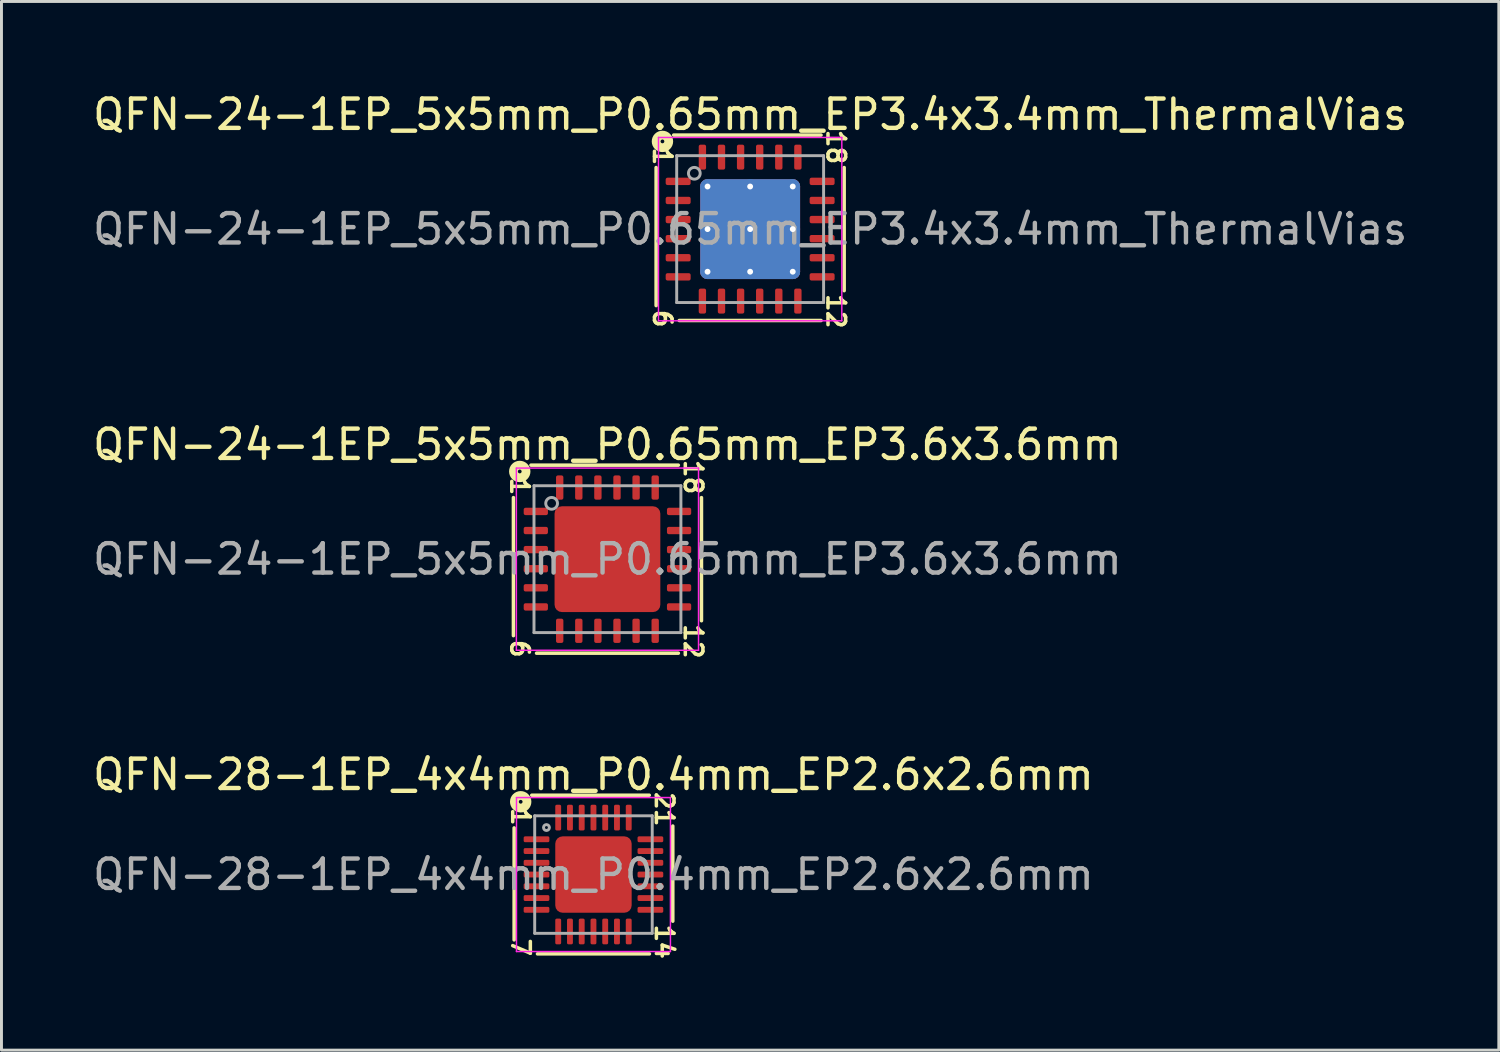
<source format=kicad_pcb>
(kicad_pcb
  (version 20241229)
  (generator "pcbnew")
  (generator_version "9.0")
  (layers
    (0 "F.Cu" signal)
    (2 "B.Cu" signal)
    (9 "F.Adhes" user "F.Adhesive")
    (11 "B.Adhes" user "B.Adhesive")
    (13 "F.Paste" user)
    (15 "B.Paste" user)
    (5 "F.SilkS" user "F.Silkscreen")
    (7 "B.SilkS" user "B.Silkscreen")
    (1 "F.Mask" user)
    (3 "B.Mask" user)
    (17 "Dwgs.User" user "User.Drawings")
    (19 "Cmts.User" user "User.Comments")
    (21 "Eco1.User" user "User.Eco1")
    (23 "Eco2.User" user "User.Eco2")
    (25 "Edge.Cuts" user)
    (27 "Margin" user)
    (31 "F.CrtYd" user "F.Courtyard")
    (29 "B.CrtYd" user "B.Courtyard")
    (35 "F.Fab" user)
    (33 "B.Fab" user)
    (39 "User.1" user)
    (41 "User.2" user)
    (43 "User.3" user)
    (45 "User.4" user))
  (footprint "QFN-24-1EP_5x5mm_P0.65mm_EP3.4x3.4mm_ThermalVias"
    (layer "F.Cu")
    (at 22.482 4.748)
    (property "Reference" "QFN-24-1EP_5x5mm_P0.65mm_EP3.4x3.4mm_ThermalVias" (at 0 -3.9 0) (layer "F.SilkS") (effects (font (size 1 1) (thickness 0.15))))
    (attr smd)
    (fp_line (start -3.2 -2.095) (end -3.2 2.603) (stroke (width 0.12) (type solid)) (layer "F.SilkS"))
    (fp_line (start -2.413 3.111) (end 2.413 3.111) (stroke (width 0.12) (type solid)) (layer "F.SilkS"))
    (fp_line (start 2.413 -3.2) (end -2.603 -3.2) (stroke (width 0.12) (type solid)) (layer "F.SilkS"))
    (fp_line (start 3.2 2.095) (end 3.2 -2.095) (stroke (width 0.12) (type solid)) (layer "F.SilkS"))
    (fp_circle (center -2.985 -2.985) (end -2.921 -2.985) (stroke (width 0.3) (type solid)) (fill no) (layer "F.SilkS"))
    (fp_line (start -3.12 -3.12) (end -3.12 3.12) (stroke (width 0.05) (type solid)) (layer "F.CrtYd"))
    (fp_line (start -3.12 3.12) (end 3.12 3.12) (stroke (width 0.05) (type solid)) (layer "F.CrtYd"))
    (fp_line (start 3.12 -3.12) (end -3.12 -3.12) (stroke (width 0.05) (type solid)) (layer "F.CrtYd"))
    (fp_line (start 3.12 3.12) (end 3.12 -3.12) (stroke (width 0.05) (type solid)) (layer "F.CrtYd"))
    (fp_line (start -2.5 -2.5) (end 2.5 -2.5) (stroke (width 0.1) (type solid)) (layer "F.Fab"))
    (fp_line (start -2.5 2.5) (end -2.5 -2.5) (stroke (width 0.1) (type solid)) (layer "F.Fab"))
    (fp_line (start 2.5 -2.5) (end 2.5 2.5) (stroke (width 0.1) (type solid)) (layer "F.Fab"))
    (fp_line (start 2.5 2.5) (end -2.5 2.5) (stroke (width 0.1) (type solid)) (layer "F.Fab"))
    (fp_circle (center -1.9 -1.9) (end -1.7 -1.9) (stroke (width 0.1) (type solid)) (fill no) (layer "F.Fab"))
    (fp_text user "6" (at -2.985 3.048 270) (unlocked yes) (layer "F.SilkS") (effects (font (size 0.6 0.6) (thickness 0.12))))
    (fp_text user "12" (at 2.921 2.794 270) (unlocked yes) (layer "F.SilkS") (effects (font (size 0.6 0.6) (thickness 0.12))))
    (fp_text user "1" (at -2.985 -2.477 270) (unlocked yes) (layer "F.SilkS") (effects (font (size 0.6 0.6) (thickness 0.12))))
    (fp_text user "18" (at 2.921 -2.794 270) (unlocked yes) (layer "F.SilkS") (effects (font (size 0.6 0.6) (thickness 0.12))))
    (fp_text user "${REFERENCE}" (at 0 0 0) (layer "F.Fab") (effects (font (size 1 1) (thickness 0.15))))
    (pad "" smd roundrect (at -0.85 -0.85) (size 1.47 1.47) (layers "F.Paste") (roundrect_rratio 0.17))
    (pad "" smd roundrect (at -0.85 0.85) (size 1.47 1.47) (layers "F.Paste") (roundrect_rratio 0.17))
    (pad "" smd roundrect (at 0.85 -0.85) (size 1.47 1.47) (layers "F.Paste") (roundrect_rratio 0.17))
    (pad "" smd roundrect (at 0.85 0.85) (size 1.47 1.47) (layers "F.Paste") (roundrect_rratio 0.17))
    (pad "1" smd roundrect (at -2.45 -1.625) (size 0.85 0.25) (layers "F.Cu" "F.Mask" "F.Paste") (roundrect_rratio 0.25))
    (pad "2" smd roundrect (at -2.45 -0.975) (size 0.85 0.25) (layers "F.Cu" "F.Mask" "F.Paste") (roundrect_rratio 0.25))
    (pad "3" smd roundrect (at -2.45 -0.325) (size 0.85 0.25) (layers "F.Cu" "F.Mask" "F.Paste") (roundrect_rratio 0.25))
    (pad "4" smd roundrect (at -2.45 0.325) (size 0.85 0.25) (layers "F.Cu" "F.Mask" "F.Paste") (roundrect_rratio 0.25))
    (pad "5" smd roundrect (at -2.45 0.975) (size 0.85 0.25) (layers "F.Cu" "F.Mask" "F.Paste") (roundrect_rratio 0.25))
    (pad "6" smd roundrect (at -2.45 1.625) (size 0.85 0.25) (layers "F.Cu" "F.Mask" "F.Paste") (roundrect_rratio 0.25))
    (pad "7" smd roundrect (at -1.625 2.45) (size 0.25 0.85) (layers "F.Cu" "F.Mask" "F.Paste") (roundrect_rratio 0.25))
    (pad "8" smd roundrect (at -0.975 2.45) (size 0.25 0.85) (layers "F.Cu" "F.Mask" "F.Paste") (roundrect_rratio 0.25))
    (pad "9" smd roundrect (at -0.325 2.45) (size 0.25 0.85) (layers "F.Cu" "F.Mask" "F.Paste") (roundrect_rratio 0.25))
    (pad "10" smd roundrect (at 0.325 2.45) (size 0.25 0.85) (layers "F.Cu" "F.Mask" "F.Paste") (roundrect_rratio 0.25))
    (pad "11" smd roundrect (at 0.975 2.45) (size 0.25 0.85) (layers "F.Cu" "F.Mask" "F.Paste") (roundrect_rratio 0.25))
    (pad "12" smd roundrect (at 1.625 2.45) (size 0.25 0.85) (layers "F.Cu" "F.Mask" "F.Paste") (roundrect_rratio 0.25))
    (pad "13" smd roundrect (at 2.45 1.625) (size 0.85 0.25) (layers "F.Cu" "F.Mask" "F.Paste") (roundrect_rratio 0.25))
    (pad "14" smd roundrect (at 2.45 0.975) (size 0.85 0.25) (layers "F.Cu" "F.Mask" "F.Paste") (roundrect_rratio 0.25))
    (pad "15" smd roundrect (at 2.45 0.325) (size 0.85 0.25) (layers "F.Cu" "F.Mask" "F.Paste") (roundrect_rratio 0.25))
    (pad "16" smd roundrect (at 2.45 -0.325) (size 0.85 0.25) (layers "F.Cu" "F.Mask" "F.Paste") (roundrect_rratio 0.25))
    (pad "17" smd roundrect (at 2.45 -0.975) (size 0.85 0.25) (layers "F.Cu" "F.Mask" "F.Paste") (roundrect_rratio 0.25))
    (pad "18" smd roundrect (at 2.45 -1.625) (size 0.85 0.25) (layers "F.Cu" "F.Mask" "F.Paste") (roundrect_rratio 0.25))
    (pad "19" smd roundrect (at 1.625 -2.45) (size 0.25 0.85) (layers "F.Cu" "F.Mask" "F.Paste") (roundrect_rratio 0.25))
    (pad "20" smd roundrect (at 0.975 -2.45) (size 0.25 0.85) (layers "F.Cu" "F.Mask" "F.Paste") (roundrect_rratio 0.25))
    (pad "21" smd roundrect (at 0.325 -2.45) (size 0.25 0.85) (layers "F.Cu" "F.Mask" "F.Paste") (roundrect_rratio 0.25))
    (pad "22" smd roundrect (at -0.325 -2.45) (size 0.25 0.85) (layers "F.Cu" "F.Mask" "F.Paste") (roundrect_rratio 0.25))
    (pad "23" smd roundrect (at -0.975 -2.45) (size 0.25 0.85) (layers "F.Cu" "F.Mask" "F.Paste") (roundrect_rratio 0.25))
    (pad "24" smd roundrect (at -1.625 -2.45) (size 0.25 0.85) (layers "F.Cu" "F.Mask" "F.Paste") (roundrect_rratio 0.25))
    (pad "25" thru_hole circle (at -1.45 -1.45) (size 0.5 0.5) (drill 0.2) (property pad_prop_heatsink) (layers "*.Cu"))
    (pad "25" thru_hole circle (at -1.45 0) (size 0.5 0.5) (drill 0.2) (property pad_prop_heatsink) (layers "*.Cu"))
    (pad "25" thru_hole circle (at -1.45 1.45) (size 0.5 0.5) (drill 0.2) (property pad_prop_heatsink) (layers "*.Cu"))
    (pad "25" thru_hole circle (at 0 -1.45) (size 0.5 0.5) (drill 0.2) (property pad_prop_heatsink) (layers "*.Cu"))
    (pad "25" thru_hole circle (at 0 0) (size 0.5 0.5) (drill 0.2) (property pad_prop_heatsink) (layers "*.Cu"))
    (pad "25" smd roundrect (at 0 0) (size 3.4 3.4) (layers "F.Cu" "F.Mask") (roundrect_rratio 0.074))
    (pad "25" smd roundrect (at 0 0) (size 3.4 3.4) (layers "B.Cu" "B.Mask") (roundrect_rratio 0.074))
    (pad "25" thru_hole circle (at 0 1.45) (size 0.5 0.5) (drill 0.2) (property pad_prop_heatsink) (layers "*.Cu"))
    (pad "25" thru_hole circle (at 1.45 -1.45) (size 0.5 0.5) (drill 0.2) (property pad_prop_heatsink) (layers "*.Cu"))
    (pad "25" thru_hole circle (at 1.45 0) (size 0.5 0.5) (drill 0.2) (property pad_prop_heatsink) (layers "*.Cu"))
    (pad "25" thru_hole circle (at 1.45 1.45) (size 0.5 0.5) (drill 0.2) (property pad_prop_heatsink) (layers "*.Cu")))
  (footprint "QFN-24-1EP_5x5mm_P0.65mm_EP3.6x3.6mm"
    (layer "F.Cu")
    (at 17.625 15.982)
    (property "Reference" "QFN-24-1EP_5x5mm_P0.65mm_EP3.6x3.6mm" (at 0 -3.9 0) (layer "F.SilkS") (effects (font (size 1 1) (thickness 0.15))))
    (attr smd)
    (fp_line (start -3.2 -2.095) (end -3.2 2.603) (stroke (width 0.12) (type solid)) (layer "F.SilkS"))
    (fp_line (start -2.413 3.2) (end 2.413 3.2) (stroke (width 0.12) (type solid)) (layer "F.SilkS"))
    (fp_line (start 2.413 -3.2) (end -2.603 -3.2) (stroke (width 0.12) (type solid)) (layer "F.SilkS"))
    (fp_line (start 3.2 2.095) (end 3.2 -2.095) (stroke (width 0.12) (type solid)) (layer "F.SilkS"))
    (fp_circle (center -2.985 -2.985) (end -2.921 -2.985) (stroke (width 0.3) (type solid)) (fill no) (layer "F.SilkS"))
    (fp_line (start -3.1 -3.1) (end -3.1 3.1) (stroke (width 0.05) (type solid)) (layer "F.CrtYd"))
    (fp_line (start -3.1 3.1) (end 3.1 3.1) (stroke (width 0.05) (type solid)) (layer "F.CrtYd"))
    (fp_line (start 3.1 -3.1) (end -3.1 -3.1) (stroke (width 0.05) (type solid)) (layer "F.CrtYd"))
    (fp_line (start 3.1 3.1) (end 3.1 -3.1) (stroke (width 0.05) (type solid)) (layer "F.CrtYd"))
    (fp_line (start -2.5 -2.5) (end 2.5 -2.5) (stroke (width 0.1) (type solid)) (layer "F.Fab"))
    (fp_line (start -2.5 2.5) (end -2.5 -2.5) (stroke (width 0.1) (type solid)) (layer "F.Fab"))
    (fp_line (start 2.5 -2.5) (end 2.5 2.5) (stroke (width 0.1) (type solid)) (layer "F.Fab"))
    (fp_line (start 2.5 2.5) (end -2.5 2.5) (stroke (width 0.1) (type solid)) (layer "F.Fab"))
    (fp_circle (center -1.9 -1.9) (end -1.7 -1.9) (stroke (width 0.1) (type solid)) (fill no) (layer "F.Fab"))
    (fp_text user "12" (at 2.921 2.794 270) (unlocked yes) (layer "F.SilkS") (effects (font (size 0.6 0.6) (thickness 0.12))))
    (fp_text user "6" (at -2.985 3.048 270) (unlocked yes) (layer "F.SilkS") (effects (font (size 0.6 0.6) (thickness 0.12))))
    (fp_text user "18" (at 2.921 -2.794 270) (unlocked yes) (layer "F.SilkS") (effects (font (size 0.6 0.6) (thickness 0.12))))
    (fp_text user "1" (at -2.985 -2.477 270) (unlocked yes) (layer "F.SilkS") (effects (font (size 0.6 0.6) (thickness 0.12))))
    (fp_text user "${REFERENCE}" (at 0 0 0) (layer "F.Fab") (effects (font (size 1 1) (thickness 0.15))))
    (pad "" smd roundrect (at -1.2 -1.2) (size 0.97 0.97) (layers "F.Paste") (roundrect_rratio 0.25))
    (pad "" smd roundrect (at -1.2 0) (size 0.97 0.97) (layers "F.Paste") (roundrect_rratio 0.25))
    (pad "" smd roundrect (at -1.2 1.2) (size 0.97 0.97) (layers "F.Paste") (roundrect_rratio 0.25))
    (pad "" smd roundrect (at 0 -1.2) (size 0.97 0.97) (layers "F.Paste") (roundrect_rratio 0.25))
    (pad "" smd roundrect (at 0 0) (size 0.97 0.97) (layers "F.Paste") (roundrect_rratio 0.25))
    (pad "" smd roundrect (at 0 1.2) (size 0.97 0.97) (layers "F.Paste") (roundrect_rratio 0.25))
    (pad "" smd roundrect (at 1.2 -1.2) (size 0.97 0.97) (layers "F.Paste") (roundrect_rratio 0.25))
    (pad "" smd roundrect (at 1.2 0) (size 0.97 0.97) (layers "F.Paste") (roundrect_rratio 0.25))
    (pad "" smd roundrect (at 1.2 1.2) (size 0.97 0.97) (layers "F.Paste") (roundrect_rratio 0.25))
    (pad "1" smd roundrect (at -2.438 -1.625) (size 0.825 0.25) (layers "F.Cu" "F.Mask" "F.Paste") (roundrect_rratio 0.25))
    (pad "2" smd roundrect (at -2.438 -0.975) (size 0.825 0.25) (layers "F.Cu" "F.Mask" "F.Paste") (roundrect_rratio 0.25))
    (pad "3" smd roundrect (at -2.438 -0.325) (size 0.825 0.25) (layers "F.Cu" "F.Mask" "F.Paste") (roundrect_rratio 0.25))
    (pad "4" smd roundrect (at -2.438 0.325) (size 0.825 0.25) (layers "F.Cu" "F.Mask" "F.Paste") (roundrect_rratio 0.25))
    (pad "5" smd roundrect (at -2.438 0.975) (size 0.825 0.25) (layers "F.Cu" "F.Mask" "F.Paste") (roundrect_rratio 0.25))
    (pad "6" smd roundrect (at -2.438 1.625) (size 0.825 0.25) (layers "F.Cu" "F.Mask" "F.Paste") (roundrect_rratio 0.25))
    (pad "7" smd roundrect (at -1.625 2.438) (size 0.25 0.825) (layers "F.Cu" "F.Mask" "F.Paste") (roundrect_rratio 0.25))
    (pad "8" smd roundrect (at -0.975 2.438) (size 0.25 0.825) (layers "F.Cu" "F.Mask" "F.Paste") (roundrect_rratio 0.25))
    (pad "9" smd roundrect (at -0.325 2.438) (size 0.25 0.825) (layers "F.Cu" "F.Mask" "F.Paste") (roundrect_rratio 0.25))
    (pad "10" smd roundrect (at 0.325 2.438) (size 0.25 0.825) (layers "F.Cu" "F.Mask" "F.Paste") (roundrect_rratio 0.25))
    (pad "11" smd roundrect (at 0.975 2.438) (size 0.25 0.825) (layers "F.Cu" "F.Mask" "F.Paste") (roundrect_rratio 0.25))
    (pad "12" smd roundrect (at 1.625 2.438) (size 0.25 0.825) (layers "F.Cu" "F.Mask" "F.Paste") (roundrect_rratio 0.25))
    (pad "13" smd roundrect (at 2.438 1.625) (size 0.825 0.25) (layers "F.Cu" "F.Mask" "F.Paste") (roundrect_rratio 0.25))
    (pad "14" smd roundrect (at 2.438 0.975) (size 0.825 0.25) (layers "F.Cu" "F.Mask" "F.Paste") (roundrect_rratio 0.25))
    (pad "15" smd roundrect (at 2.438 0.325) (size 0.825 0.25) (layers "F.Cu" "F.Mask" "F.Paste") (roundrect_rratio 0.25))
    (pad "16" smd roundrect (at 2.438 -0.325) (size 0.825 0.25) (layers "F.Cu" "F.Mask" "F.Paste") (roundrect_rratio 0.25))
    (pad "17" smd roundrect (at 2.438 -0.975) (size 0.825 0.25) (layers "F.Cu" "F.Mask" "F.Paste") (roundrect_rratio 0.25))
    (pad "18" smd roundrect (at 2.438 -1.625) (size 0.825 0.25) (layers "F.Cu" "F.Mask" "F.Paste") (roundrect_rratio 0.25))
    (pad "19" smd roundrect (at 1.625 -2.438) (size 0.25 0.825) (layers "F.Cu" "F.Mask" "F.Paste") (roundrect_rratio 0.25))
    (pad "20" smd roundrect (at 0.975 -2.438) (size 0.25 0.825) (layers "F.Cu" "F.Mask" "F.Paste") (roundrect_rratio 0.25))
    (pad "21" smd roundrect (at 0.325 -2.438) (size 0.25 0.825) (layers "F.Cu" "F.Mask" "F.Paste") (roundrect_rratio 0.25))
    (pad "22" smd roundrect (at -0.325 -2.438) (size 0.25 0.825) (layers "F.Cu" "F.Mask" "F.Paste") (roundrect_rratio 0.25))
    (pad "23" smd roundrect (at -0.975 -2.438) (size 0.25 0.825) (layers "F.Cu" "F.Mask" "F.Paste") (roundrect_rratio 0.25))
    (pad "24" smd roundrect (at -1.625 -2.438) (size 0.25 0.825) (layers "F.Cu" "F.Mask" "F.Paste") (roundrect_rratio 0.25))
    (pad "25" smd roundrect (at 0 0) (size 3.6 3.6) (layers "F.Cu" "F.Mask") (roundrect_rratio 0.069)))
  (footprint "QFN-28-1EP_4x4mm_P0.4mm_EP2.6x2.6mm"
    (layer "F.Cu")
    (at 17.149 26.716)
    (property "Reference" "QFN-28-1EP_4x4mm_P0.4mm_EP2.6x2.6mm" (at 0 -3.4 0) (layer "F.SilkS") (effects (font (size 1 1) (thickness 0.15))))
    (attr smd)
    (fp_line (start -2.7 -1.587) (end -2.7 2.223) (stroke (width 0.12) (type solid)) (layer "F.SilkS"))
    (fp_line (start -1.905 2.7) (end 1.905 2.7) (stroke (width 0.12) (type solid)) (layer "F.SilkS"))
    (fp_line (start 1.9 -2.7) (end -2.1 -2.7) (stroke (width 0.12) (type solid)) (layer "F.SilkS"))
    (fp_line (start 2.7 1.587) (end 2.7 -1.651) (stroke (width 0.12) (type solid)) (layer "F.SilkS"))
    (fp_circle (center -2.477 -2.477) (end -2.413 -2.477) (stroke (width 0.3) (type solid)) (fill no) (layer "F.SilkS"))
    (fp_line (start -2.62 -2.62) (end -2.62 2.62) (stroke (width 0.05) (type solid)) (layer "F.CrtYd"))
    (fp_line (start -2.62 2.62) (end 2.62 2.62) (stroke (width 0.05) (type solid)) (layer "F.CrtYd"))
    (fp_line (start 2.62 -2.62) (end -2.62 -2.62) (stroke (width 0.05) (type solid)) (layer "F.CrtYd"))
    (fp_line (start 2.62 2.62) (end 2.62 -2.62) (stroke (width 0.05) (type solid)) (layer "F.CrtYd"))
    (fp_line (start -2 -2) (end 2 -2) (stroke (width 0.1) (type solid)) (layer "F.Fab"))
    (fp_line (start -2 2) (end -2 -2) (stroke (width 0.1) (type solid)) (layer "F.Fab"))
    (fp_line (start 2 -2) (end 2 2) (stroke (width 0.1) (type solid)) (layer "F.Fab"))
    (fp_line (start 2 2) (end -2 2) (stroke (width 0.1) (type solid)) (layer "F.Fab"))
    (fp_circle (center -1.6 -1.6) (end -1.5 -1.6) (stroke (width 0.1) (type solid)) (fill no) (layer "F.Fab"))
    (fp_text user "14" (at 2.413 2.286 270) (unlocked yes) (layer "F.SilkS") (effects (font (size 0.6 0.6) (thickness 0.12))))
    (fp_text user "1" (at -2.477 -1.968 270) (unlocked yes) (layer "F.SilkS") (effects (font (size 0.6 0.6) (thickness 0.12))))
    (fp_text user "7" (at -2.477 2.477 270) (unlocked yes) (layer "F.SilkS") (effects (font (size 0.6 0.6) (thickness 0.12))))
    (fp_text user "21" (at 2.413 -2.223 270) (unlocked yes) (layer "F.SilkS") (effects (font (size 0.6 0.6) (thickness 0.12))))
    (fp_text user "${REFERENCE}" (at 0 0 0) (layer "F.Fab") (effects (font (size 1 1) (thickness 0.15))))
    (pad "" smd roundrect (at -0.65 -0.65) (size 1.05 1.05) (layers "F.Paste") (roundrect_rratio 0.238))
    (pad "" smd roundrect (at -0.65 0.65) (size 1.05 1.05) (layers "F.Paste") (roundrect_rratio 0.238))
    (pad "" smd roundrect (at 0.65 -0.65) (size 1.05 1.05) (layers "F.Paste") (roundrect_rratio 0.238))
    (pad "" smd roundrect (at 0.65 0.65) (size 1.05 1.05) (layers "F.Paste") (roundrect_rratio 0.238))
    (pad "1" smd roundrect (at -1.938 -1.2) (size 0.875 0.2) (layers "F.Cu" "F.Mask" "F.Paste") (roundrect_rratio 0.25))
    (pad "2" smd roundrect (at -1.938 -0.8) (size 0.875 0.2) (layers "F.Cu" "F.Mask" "F.Paste") (roundrect_rratio 0.25))
    (pad "3" smd roundrect (at -1.938 -0.4) (size 0.875 0.2) (layers "F.Cu" "F.Mask" "F.Paste") (roundrect_rratio 0.25))
    (pad "4" smd roundrect (at -1.938 0) (size 0.875 0.2) (layers "F.Cu" "F.Mask" "F.Paste") (roundrect_rratio 0.25))
    (pad "5" smd roundrect (at -1.938 0.4) (size 0.875 0.2) (layers "F.Cu" "F.Mask" "F.Paste") (roundrect_rratio 0.25))
    (pad "6" smd roundrect (at -1.938 0.8) (size 0.875 0.2) (layers "F.Cu" "F.Mask" "F.Paste") (roundrect_rratio 0.25))
    (pad "7" smd roundrect (at -1.938 1.2) (size 0.875 0.2) (layers "F.Cu" "F.Mask" "F.Paste") (roundrect_rratio 0.25))
    (pad "8" smd roundrect (at -1.2 1.938) (size 0.2 0.875) (layers "F.Cu" "F.Mask" "F.Paste") (roundrect_rratio 0.25))
    (pad "9" smd roundrect (at -0.8 1.938) (size 0.2 0.875) (layers "F.Cu" "F.Mask" "F.Paste") (roundrect_rratio 0.25))
    (pad "10" smd roundrect (at -0.4 1.938) (size 0.2 0.875) (layers "F.Cu" "F.Mask" "F.Paste") (roundrect_rratio 0.25))
    (pad "11" smd roundrect (at 0 1.938) (size 0.2 0.875) (layers "F.Cu" "F.Mask" "F.Paste") (roundrect_rratio 0.25))
    (pad "12" smd roundrect (at 0.4 1.938) (size 0.2 0.875) (layers "F.Cu" "F.Mask" "F.Paste") (roundrect_rratio 0.25))
    (pad "13" smd roundrect (at 0.8 1.938) (size 0.2 0.875) (layers "F.Cu" "F.Mask" "F.Paste") (roundrect_rratio 0.25))
    (pad "14" smd roundrect (at 1.2 1.938) (size 0.2 0.875) (layers "F.Cu" "F.Mask" "F.Paste") (roundrect_rratio 0.25))
    (pad "15" smd roundrect (at 1.938 1.2) (size 0.875 0.2) (layers "F.Cu" "F.Mask" "F.Paste") (roundrect_rratio 0.25))
    (pad "16" smd roundrect (at 1.938 0.8) (size 0.875 0.2) (layers "F.Cu" "F.Mask" "F.Paste") (roundrect_rratio 0.25))
    (pad "17" smd roundrect (at 1.938 0.4) (size 0.875 0.2) (layers "F.Cu" "F.Mask" "F.Paste") (roundrect_rratio 0.25))
    (pad "18" smd roundrect (at 1.938 0) (size 0.875 0.2) (layers "F.Cu" "F.Mask" "F.Paste") (roundrect_rratio 0.25))
    (pad "19" smd roundrect (at 1.938 -0.4) (size 0.875 0.2) (layers "F.Cu" "F.Mask" "F.Paste") (roundrect_rratio 0.25))
    (pad "20" smd roundrect (at 1.938 -0.8) (size 0.875 0.2) (layers "F.Cu" "F.Mask" "F.Paste") (roundrect_rratio 0.25))
    (pad "21" smd roundrect (at 1.938 -1.2) (size 0.875 0.2) (layers "F.Cu" "F.Mask" "F.Paste") (roundrect_rratio 0.25))
    (pad "22" smd roundrect (at 1.2 -1.938) (size 0.2 0.875) (layers "F.Cu" "F.Mask" "F.Paste") (roundrect_rratio 0.25))
    (pad "23" smd roundrect (at 0.8 -1.938) (size 0.2 0.875) (layers "F.Cu" "F.Mask" "F.Paste") (roundrect_rratio 0.25))
    (pad "24" smd roundrect (at 0.4 -1.938) (size 0.2 0.875) (layers "F.Cu" "F.Mask" "F.Paste") (roundrect_rratio 0.25))
    (pad "25" smd roundrect (at 0 -1.938) (size 0.2 0.875) (layers "F.Cu" "F.Mask" "F.Paste") (roundrect_rratio 0.25))
    (pad "26" smd roundrect (at -0.4 -1.938) (size 0.2 0.875) (layers "F.Cu" "F.Mask" "F.Paste") (roundrect_rratio 0.25))
    (pad "27" smd roundrect (at -0.8 -1.938) (size 0.2 0.875) (layers "F.Cu" "F.Mask" "F.Paste") (roundrect_rratio 0.25))
    (pad "28" smd roundrect (at -1.2 -1.938) (size 0.2 0.875) (layers "F.Cu" "F.Mask" "F.Paste") (roundrect_rratio 0.25))
    (pad "29" smd roundrect (at 0 0) (size 2.6 2.6) (layers "F.Cu" "F.Mask") (roundrect_rratio 0.096)))
  (gr_rect
    (start -3 -3)
    (end 47.964 32.693)
    (stroke (width 0.1) (type default))
    (fill no)
    (layer "Edge.Cuts")))
</source>
